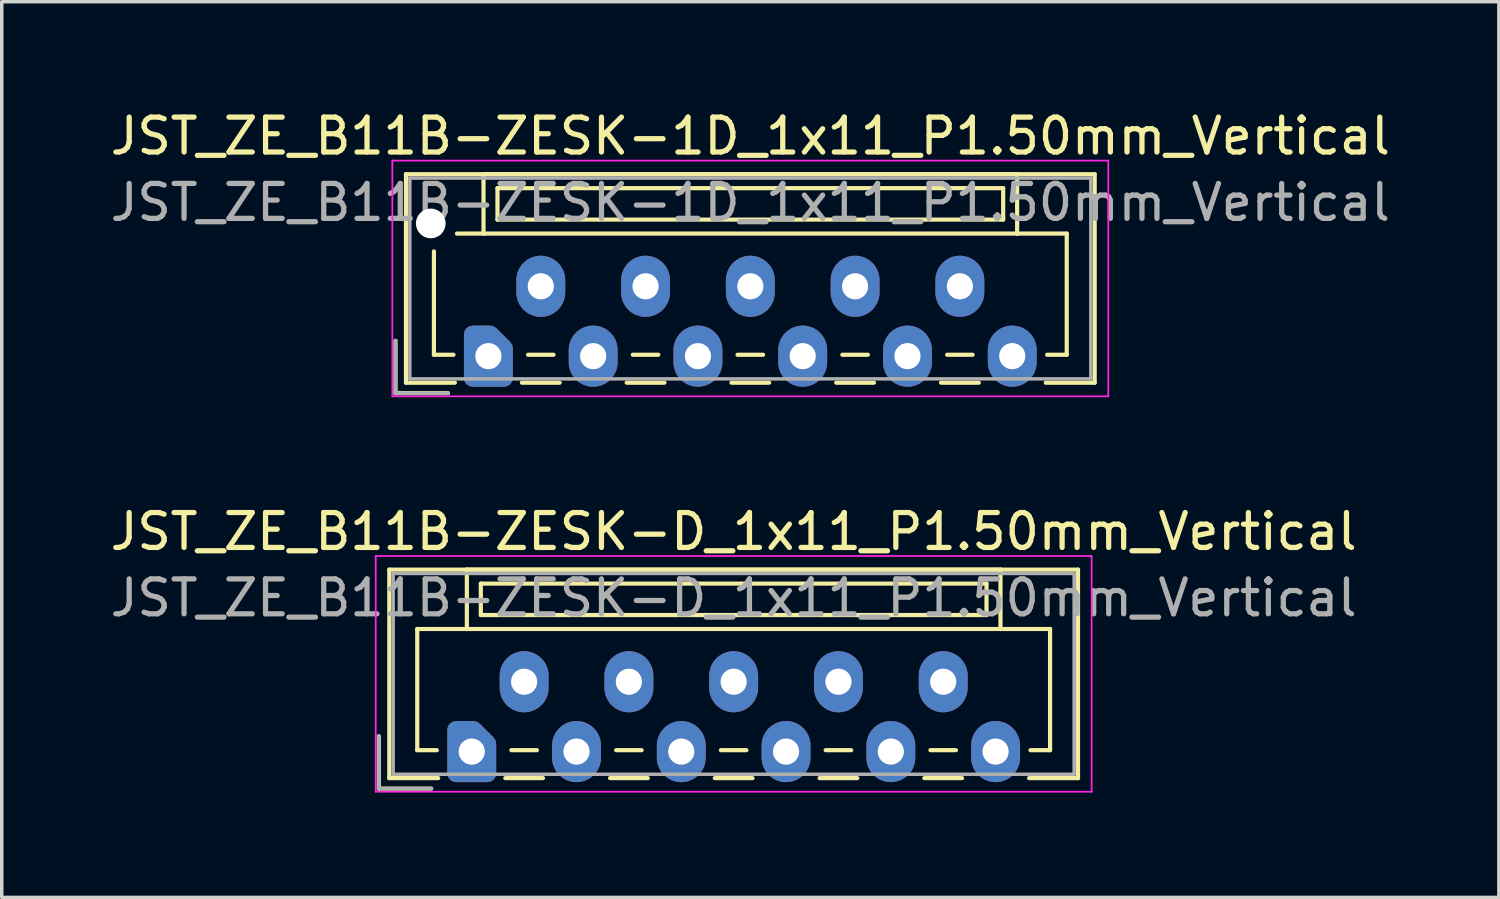
<source format=kicad_pcb>
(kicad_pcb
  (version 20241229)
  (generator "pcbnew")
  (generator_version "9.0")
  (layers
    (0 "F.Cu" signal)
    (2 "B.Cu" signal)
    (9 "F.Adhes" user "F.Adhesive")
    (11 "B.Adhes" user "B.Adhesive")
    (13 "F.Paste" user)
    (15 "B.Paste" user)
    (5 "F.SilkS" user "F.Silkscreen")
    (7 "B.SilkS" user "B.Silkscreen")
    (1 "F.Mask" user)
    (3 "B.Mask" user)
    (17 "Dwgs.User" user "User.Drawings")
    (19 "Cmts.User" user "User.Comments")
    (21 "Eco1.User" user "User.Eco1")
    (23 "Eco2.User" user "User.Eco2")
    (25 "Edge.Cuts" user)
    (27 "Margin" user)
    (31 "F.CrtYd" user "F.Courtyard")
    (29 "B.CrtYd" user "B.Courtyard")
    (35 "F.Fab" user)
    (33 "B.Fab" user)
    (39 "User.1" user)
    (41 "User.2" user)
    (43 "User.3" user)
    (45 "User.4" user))
  (footprint "JST_ZE_B11B-ZESK-D_1x11_P1.50mm_Vertical"
    (layer "F.Cu")
    (at 10.458 18.471)
    (property "Reference" "JST_ZE_B11B-ZESK-D_1x11_P1.50mm_Vertical" (at 7.5 -6.3 0) (layer "F.SilkS") (effects (font (size 1 1) (thickness 0.15))))
    (attr through_hole)
    (fp_line (start -2.66 -0.44) (end -2.66 1.06) (stroke (width 0.12) (type solid)) (layer "F.SilkS"))
    (fp_line (start -2.66 1.06) (end -1.16 1.06) (stroke (width 0.12) (type solid)) (layer "F.SilkS"))
    (fp_line (start -2.36 -5.21) (end 17.36 -5.21) (stroke (width 0.12) (type solid)) (layer "F.SilkS"))
    (fp_line (start -2.36 0.76) (end -2.36 -5.21) (stroke (width 0.12) (type solid)) (layer "F.SilkS"))
    (fp_line (start -1.56 -3.51) (end -1.56 -0.04) (stroke (width 0.12) (type solid)) (layer "F.SilkS"))
    (fp_line (start -1.56 -0.04) (end -1 -0.04) (stroke (width 0.12) (type solid)) (layer "F.SilkS"))
    (fp_line (start -0.96 0.76) (end -2.36 0.76) (stroke (width 0.12) (type solid)) (layer "F.SilkS"))
    (fp_line (start -0.14 -5.21) (end -0.14 -3.51) (stroke (width 0.12) (type solid)) (layer "F.SilkS"))
    (fp_line (start -0.14 -3.51) (end -1.56 -3.51) (stroke (width 0.12) (type solid)) (layer "F.SilkS"))
    (fp_line (start -0.14 -3.51) (end 15.14 -3.51) (stroke (width 0.12) (type solid)) (layer "F.SilkS"))
    (fp_line (start 0.26 -4.81) (end 0.26 -3.91) (stroke (width 0.12) (type solid)) (layer "F.SilkS"))
    (fp_line (start 0.26 -3.91) (end 14.74 -3.91) (stroke (width 0.12) (type solid)) (layer "F.SilkS"))
    (fp_line (start 0.96 0.76) (end 2.04 0.76) (stroke (width 0.12) (type solid)) (layer "F.SilkS"))
    (fp_line (start 1.135 -0.04) (end 1.865 -0.04) (stroke (width 0.12) (type solid)) (layer "F.SilkS"))
    (fp_line (start 3.96 0.76) (end 5.04 0.76) (stroke (width 0.12) (type solid)) (layer "F.SilkS"))
    (fp_line (start 4.135 -0.04) (end 4.865 -0.04) (stroke (width 0.12) (type solid)) (layer "F.SilkS"))
    (fp_line (start 6.96 0.76) (end 8.04 0.76) (stroke (width 0.12) (type solid)) (layer "F.SilkS"))
    (fp_line (start 7.135 -0.04) (end 7.865 -0.04) (stroke (width 0.12) (type solid)) (layer "F.SilkS"))
    (fp_line (start 9.96 0.76) (end 11.04 0.76) (stroke (width 0.12) (type solid)) (layer "F.SilkS"))
    (fp_line (start 10.135 -0.04) (end 10.865 -0.04) (stroke (width 0.12) (type solid)) (layer "F.SilkS"))
    (fp_line (start 12.96 0.76) (end 14.04 0.76) (stroke (width 0.12) (type solid)) (layer "F.SilkS"))
    (fp_line (start 13.135 -0.04) (end 13.865 -0.04) (stroke (width 0.12) (type solid)) (layer "F.SilkS"))
    (fp_line (start 14.74 -4.81) (end 0.26 -4.81) (stroke (width 0.12) (type solid)) (layer "F.SilkS"))
    (fp_line (start 14.74 -3.91) (end 14.74 -4.81) (stroke (width 0.12) (type solid)) (layer "F.SilkS"))
    (fp_line (start 15.14 -5.21) (end -0.14 -5.21) (stroke (width 0.12) (type solid)) (layer "F.SilkS"))
    (fp_line (start 15.14 -3.51) (end 15.14 -5.21) (stroke (width 0.12) (type solid)) (layer "F.SilkS"))
    (fp_line (start 15.14 -3.51) (end 16.56 -3.51) (stroke (width 0.12) (type solid)) (layer "F.SilkS"))
    (fp_line (start 16.56 -3.51) (end 16.56 -0.04) (stroke (width 0.12) (type solid)) (layer "F.SilkS"))
    (fp_line (start 16.56 -0.04) (end 16 -0.04) (stroke (width 0.12) (type solid)) (layer "F.SilkS"))
    (fp_line (start 17.36 -5.21) (end 17.36 0.76) (stroke (width 0.12) (type solid)) (layer "F.SilkS"))
    (fp_line (start 17.36 0.76) (end 15.96 0.76) (stroke (width 0.12) (type solid)) (layer "F.SilkS"))
    (fp_line (start -2.75 -5.6) (end -2.75 1.15) (stroke (width 0.05) (type solid)) (layer "F.CrtYd"))
    (fp_line (start -2.75 1.15) (end 17.75 1.15) (stroke (width 0.05) (type solid)) (layer "F.CrtYd"))
    (fp_line (start 17.75 -5.6) (end -2.75 -5.6) (stroke (width 0.05) (type solid)) (layer "F.CrtYd"))
    (fp_line (start 17.75 1.15) (end 17.75 -5.6) (stroke (width 0.05) (type solid)) (layer "F.CrtYd"))
    (fp_line (start -2.66 -0.44) (end -2.66 1.06) (stroke (width 0.1) (type solid)) (layer "F.Fab"))
    (fp_line (start -2.66 1.06) (end -1.16 1.06) (stroke (width 0.1) (type solid)) (layer "F.Fab"))
    (fp_line (start -2.25 -5.1) (end -2.25 0.65) (stroke (width 0.1) (type solid)) (layer "F.Fab"))
    (fp_line (start -2.25 0.65) (end 17.25 0.65) (stroke (width 0.1) (type solid)) (layer "F.Fab"))
    (fp_line (start 17.25 -5.1) (end -2.25 -5.1) (stroke (width 0.1) (type solid)) (layer "F.Fab"))
    (fp_line (start 17.25 0.65) (end 17.25 -5.1) (stroke (width 0.1) (type solid)) (layer "F.Fab"))
    (fp_text user "${REFERENCE}" (at 7.5 -4.4 0) (layer "F.Fab") (effects (font (size 1 1) (thickness 0.15))))
    (pad "1" thru_hole custom (at 0 0) (size 1.117 1.117) (drill 0.75) (layers "*.Cu" "*.Mask") (options (anchor circle)) (primitives (gr_poly (pts (xy 0.45 -0.225) (xy 0.45 0.625) (xy -0.45 0.625) (xy -0.45 -0.625) (xy 0.05 -0.625)) (width 0.5) (fill yes))))
    (pad "2" thru_hole oval (at 1.5 -2) (size 1.4 1.75) (drill 0.75) (layers "*.Cu" "*.Mask"))
    (pad "3" thru_hole oval (at 3 0) (size 1.4 1.75) (drill 0.75) (layers "*.Cu" "*.Mask"))
    (pad "4" thru_hole oval (at 4.5 -2) (size 1.4 1.75) (drill 0.75) (layers "*.Cu" "*.Mask"))
    (pad "5" thru_hole oval (at 6 0) (size 1.4 1.75) (drill 0.75) (layers "*.Cu" "*.Mask"))
    (pad "6" thru_hole oval (at 7.5 -2) (size 1.4 1.75) (drill 0.75) (layers "*.Cu" "*.Mask"))
    (pad "7" thru_hole oval (at 9 0) (size 1.4 1.75) (drill 0.75) (layers "*.Cu" "*.Mask"))
    (pad "8" thru_hole oval (at 10.5 -2) (size 1.4 1.75) (drill 0.75) (layers "*.Cu" "*.Mask"))
    (pad "9" thru_hole oval (at 12 0) (size 1.4 1.75) (drill 0.75) (layers "*.Cu" "*.Mask"))
    (pad "10" thru_hole oval (at 13.5 -2) (size 1.4 1.75) (drill 0.75) (layers "*.Cu" "*.Mask"))
    (pad "11" thru_hole oval (at 15 0) (size 1.4 1.75) (drill 0.75) (layers "*.Cu" "*.Mask")))
  (footprint "JST_ZE_B11B-ZESK-1D_1x11_P1.50mm_Vertical"
    (layer "F.Cu")
    (at 10.935 7.148)
    (property "Reference" "JST_ZE_B11B-ZESK-1D_1x11_P1.50mm_Vertical" (at 7.5 -6.3 0) (layer "F.SilkS") (effects (font (size 1 1) (thickness 0.15))))
    (attr through_hole)
    (fp_line (start -2.66 -0.44) (end -2.66 1.06) (stroke (width 0.12) (type solid)) (layer "F.SilkS"))
    (fp_line (start -2.66 1.06) (end -1.16 1.06) (stroke (width 0.12) (type solid)) (layer "F.SilkS"))
    (fp_line (start -2.36 -5.21) (end 17.36 -5.21) (stroke (width 0.12) (type solid)) (layer "F.SilkS"))
    (fp_line (start -2.36 0.76) (end -2.36 -5.21) (stroke (width 0.12) (type solid)) (layer "F.SilkS"))
    (fp_line (start -1.56 -3) (end -1.56 -0.04) (stroke (width 0.12) (type solid)) (layer "F.SilkS"))
    (fp_line (start -1.56 -0.04) (end -1 -0.04) (stroke (width 0.12) (type solid)) (layer "F.SilkS"))
    (fp_line (start -0.96 0.76) (end -2.36 0.76) (stroke (width 0.12) (type solid)) (layer "F.SilkS"))
    (fp_line (start -0.14 -5.21) (end -0.14 -3.51) (stroke (width 0.12) (type solid)) (layer "F.SilkS"))
    (fp_line (start -0.14 -3.51) (end -0.9 -3.51) (stroke (width 0.12) (type solid)) (layer "F.SilkS"))
    (fp_line (start -0.14 -3.51) (end 15.14 -3.51) (stroke (width 0.12) (type solid)) (layer "F.SilkS"))
    (fp_line (start 0.26 -4.81) (end 0.26 -3.91) (stroke (width 0.12) (type solid)) (layer "F.SilkS"))
    (fp_line (start 0.26 -3.91) (end 14.74 -3.91) (stroke (width 0.12) (type solid)) (layer "F.SilkS"))
    (fp_line (start 0.96 0.76) (end 2.04 0.76) (stroke (width 0.12) (type solid)) (layer "F.SilkS"))
    (fp_line (start 1.135 -0.04) (end 1.865 -0.04) (stroke (width 0.12) (type solid)) (layer "F.SilkS"))
    (fp_line (start 3.96 0.76) (end 5.04 0.76) (stroke (width 0.12) (type solid)) (layer "F.SilkS"))
    (fp_line (start 4.135 -0.04) (end 4.865 -0.04) (stroke (width 0.12) (type solid)) (layer "F.SilkS"))
    (fp_line (start 6.96 0.76) (end 8.04 0.76) (stroke (width 0.12) (type solid)) (layer "F.SilkS"))
    (fp_line (start 7.135 -0.04) (end 7.865 -0.04) (stroke (width 0.12) (type solid)) (layer "F.SilkS"))
    (fp_line (start 9.96 0.76) (end 11.04 0.76) (stroke (width 0.12) (type solid)) (layer "F.SilkS"))
    (fp_line (start 10.135 -0.04) (end 10.865 -0.04) (stroke (width 0.12) (type solid)) (layer "F.SilkS"))
    (fp_line (start 12.96 0.76) (end 14.04 0.76) (stroke (width 0.12) (type solid)) (layer "F.SilkS"))
    (fp_line (start 13.135 -0.04) (end 13.865 -0.04) (stroke (width 0.12) (type solid)) (layer "F.SilkS"))
    (fp_line (start 14.74 -4.81) (end 0.26 -4.81) (stroke (width 0.12) (type solid)) (layer "F.SilkS"))
    (fp_line (start 14.74 -3.91) (end 14.74 -4.81) (stroke (width 0.12) (type solid)) (layer "F.SilkS"))
    (fp_line (start 15.14 -5.21) (end -0.14 -5.21) (stroke (width 0.12) (type solid)) (layer "F.SilkS"))
    (fp_line (start 15.14 -3.51) (end 15.14 -5.21) (stroke (width 0.12) (type solid)) (layer "F.SilkS"))
    (fp_line (start 15.14 -3.51) (end 16.56 -3.51) (stroke (width 0.12) (type solid)) (layer "F.SilkS"))
    (fp_line (start 16.56 -3.51) (end 16.56 -0.04) (stroke (width 0.12) (type solid)) (layer "F.SilkS"))
    (fp_line (start 16.56 -0.04) (end 16 -0.04) (stroke (width 0.12) (type solid)) (layer "F.SilkS"))
    (fp_line (start 17.36 -5.21) (end 17.36 0.76) (stroke (width 0.12) (type solid)) (layer "F.SilkS"))
    (fp_line (start 17.36 0.76) (end 15.96 0.76) (stroke (width 0.12) (type solid)) (layer "F.SilkS"))
    (fp_line (start -2.75 -5.6) (end -2.75 1.15) (stroke (width 0.05) (type solid)) (layer "F.CrtYd"))
    (fp_line (start -2.75 1.15) (end 17.75 1.15) (stroke (width 0.05) (type solid)) (layer "F.CrtYd"))
    (fp_line (start 17.75 -5.6) (end -2.75 -5.6) (stroke (width 0.05) (type solid)) (layer "F.CrtYd"))
    (fp_line (start 17.75 1.15) (end 17.75 -5.6) (stroke (width 0.05) (type solid)) (layer "F.CrtYd"))
    (fp_line (start -2.66 -0.44) (end -2.66 1.06) (stroke (width 0.1) (type solid)) (layer "F.Fab"))
    (fp_line (start -2.66 1.06) (end -1.16 1.06) (stroke (width 0.1) (type solid)) (layer "F.Fab"))
    (fp_line (start -2.25 -5.1) (end -2.25 0.65) (stroke (width 0.1) (type solid)) (layer "F.Fab"))
    (fp_line (start -2.25 0.65) (end 17.25 0.65) (stroke (width 0.1) (type solid)) (layer "F.Fab"))
    (fp_line (start 17.25 -5.1) (end -2.25 -5.1) (stroke (width 0.1) (type solid)) (layer "F.Fab"))
    (fp_line (start 17.25 0.65) (end 17.25 -5.1) (stroke (width 0.1) (type solid)) (layer "F.Fab"))
    (fp_text user "${REFERENCE}" (at 7.5 -4.4 0) (layer "F.Fab") (effects (font (size 1 1) (thickness 0.15))))
    (pad "" np_thru_hole circle (at -1.65 -3.8) (size 0.85 0.85) (drill 0.85) (layers "*.Cu" "*.Mask"))
    (pad "1" thru_hole custom (at 0 0) (size 1.117 1.117) (drill 0.75) (layers "*.Cu" "*.Mask") (options (anchor circle)) (primitives (gr_poly (pts (xy 0.45 -0.225) (xy 0.45 0.625) (xy -0.45 0.625) (xy -0.45 -0.625) (xy 0.05 -0.625)) (width 0.5) (fill yes))))
    (pad "2" thru_hole oval (at 1.5 -2) (size 1.4 1.75) (drill 0.75) (layers "*.Cu" "*.Mask"))
    (pad "3" thru_hole oval (at 3 0) (size 1.4 1.75) (drill 0.75) (layers "*.Cu" "*.Mask"))
    (pad "4" thru_hole oval (at 4.5 -2) (size 1.4 1.75) (drill 0.75) (layers "*.Cu" "*.Mask"))
    (pad "5" thru_hole oval (at 6 0) (size 1.4 1.75) (drill 0.75) (layers "*.Cu" "*.Mask"))
    (pad "6" thru_hole oval (at 7.5 -2) (size 1.4 1.75) (drill 0.75) (layers "*.Cu" "*.Mask"))
    (pad "7" thru_hole oval (at 9 0) (size 1.4 1.75) (drill 0.75) (layers "*.Cu" "*.Mask"))
    (pad "8" thru_hole oval (at 10.5 -2) (size 1.4 1.75) (drill 0.75) (layers "*.Cu" "*.Mask"))
    (pad "9" thru_hole oval (at 12 0) (size 1.4 1.75) (drill 0.75) (layers "*.Cu" "*.Mask"))
    (pad "10" thru_hole oval (at 13.5 -2) (size 1.4 1.75) (drill 0.75) (layers "*.Cu" "*.Mask"))
    (pad "11" thru_hole oval (at 15 0) (size 1.4 1.75) (drill 0.75) (layers "*.Cu" "*.Mask")))
  (gr_rect
    (start -3 -3)
    (end 39.869 22.646)
    (stroke (width 0.1) (type default))
    (fill no)
    (layer "Edge.Cuts")))
</source>
